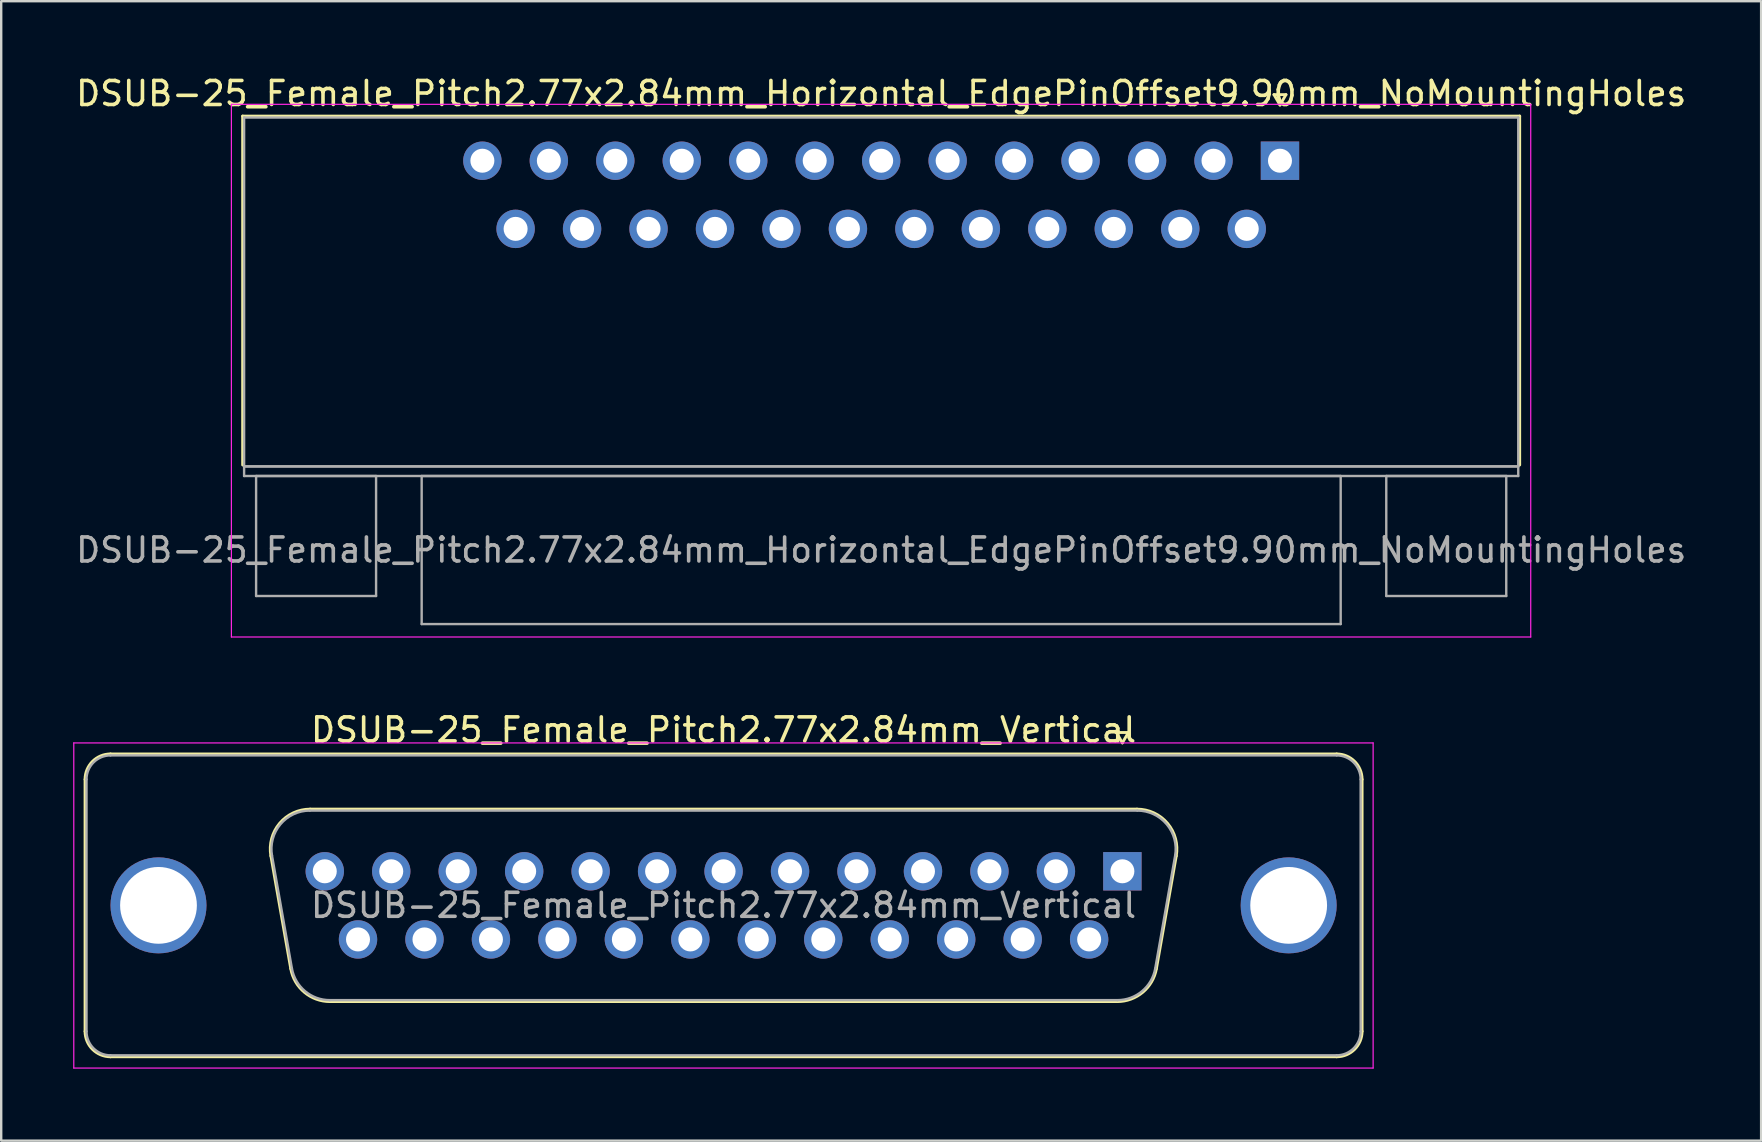
<source format=kicad_pcb>
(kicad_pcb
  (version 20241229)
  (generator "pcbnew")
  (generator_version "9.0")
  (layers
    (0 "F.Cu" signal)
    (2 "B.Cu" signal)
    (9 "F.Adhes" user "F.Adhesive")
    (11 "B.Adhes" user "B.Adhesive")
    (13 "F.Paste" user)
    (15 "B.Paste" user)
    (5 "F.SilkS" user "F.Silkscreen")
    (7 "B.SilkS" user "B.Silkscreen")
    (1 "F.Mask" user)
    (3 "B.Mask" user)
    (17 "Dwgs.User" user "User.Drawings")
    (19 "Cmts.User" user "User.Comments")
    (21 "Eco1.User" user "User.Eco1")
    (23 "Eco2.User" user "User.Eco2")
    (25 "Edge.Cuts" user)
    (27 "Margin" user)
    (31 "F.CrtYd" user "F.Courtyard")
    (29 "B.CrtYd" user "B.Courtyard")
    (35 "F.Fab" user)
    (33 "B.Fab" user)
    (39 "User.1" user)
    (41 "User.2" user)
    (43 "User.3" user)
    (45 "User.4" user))
  (footprint "DSUB-25_Female_Pitch2.77x2.84mm_Horizontal_EdgePinOffset9.90mm_NoMountingHoles"
    (layer "F.Cu")
    (at 50.293 3.648)
    (property "Reference" "DSUB-25_Female_Pitch2.77x2.84mm_Horizontal_EdgePinOffset9.90mm_NoMountingHoles" (at -16.62 -2.8 0) (layer "F.SilkS") (effects (font (size 1 1) (thickness 0.15))))
    (attr through_hole)
    (fp_line (start -43.23 -1.86) (end 9.99 -1.86) (stroke (width 0.12) (type solid)) (layer "F.SilkS"))
    (fp_line (start -43.23 12.68) (end -43.23 -1.86) (stroke (width 0.12) (type solid)) (layer "F.SilkS"))
    (fp_line (start -0.25 -2.754) (end 0.25 -2.754) (stroke (width 0.12) (type solid)) (layer "F.SilkS"))
    (fp_line (start 0 -2.321) (end -0.25 -2.754) (stroke (width 0.12) (type solid)) (layer "F.SilkS"))
    (fp_line (start 0.25 -2.754) (end 0 -2.321) (stroke (width 0.12) (type solid)) (layer "F.SilkS"))
    (fp_line (start 9.99 -1.86) (end 9.99 12.68) (stroke (width 0.12) (type solid)) (layer "F.SilkS"))
    (fp_line (start -43.7 -2.35) (end -43.7 19.85) (stroke (width 0.05) (type solid)) (layer "F.CrtYd"))
    (fp_line (start -43.7 19.85) (end 10.45 19.85) (stroke (width 0.05) (type solid)) (layer "F.CrtYd"))
    (fp_line (start 10.45 -2.35) (end -43.7 -2.35) (stroke (width 0.05) (type solid)) (layer "F.CrtYd"))
    (fp_line (start 10.45 19.85) (end 10.45 -2.35) (stroke (width 0.05) (type solid)) (layer "F.CrtYd"))
    (fp_line (start -43.17 -1.8) (end -43.17 12.74) (stroke (width 0.1) (type solid)) (layer "F.Fab"))
    (fp_line (start -43.17 12.74) (end -43.17 13.14) (stroke (width 0.1) (type solid)) (layer "F.Fab"))
    (fp_line (start -43.17 12.74) (end 9.93 12.74) (stroke (width 0.1) (type solid)) (layer "F.Fab"))
    (fp_line (start -43.17 13.14) (end 9.93 13.14) (stroke (width 0.1) (type solid)) (layer "F.Fab"))
    (fp_line (start -42.67 13.14) (end -42.67 18.14) (stroke (width 0.1) (type solid)) (layer "F.Fab"))
    (fp_line (start -42.67 18.14) (end -37.67 18.14) (stroke (width 0.1) (type solid)) (layer "F.Fab"))
    (fp_line (start -37.67 13.14) (end -42.67 13.14) (stroke (width 0.1) (type solid)) (layer "F.Fab"))
    (fp_line (start -37.67 18.14) (end -37.67 13.14) (stroke (width 0.1) (type solid)) (layer "F.Fab"))
    (fp_line (start -35.77 13.14) (end -35.77 19.31) (stroke (width 0.1) (type solid)) (layer "F.Fab"))
    (fp_line (start -35.77 19.31) (end 2.53 19.31) (stroke (width 0.1) (type solid)) (layer "F.Fab"))
    (fp_line (start 2.53 13.14) (end -35.77 13.14) (stroke (width 0.1) (type solid)) (layer "F.Fab"))
    (fp_line (start 2.53 19.31) (end 2.53 13.14) (stroke (width 0.1) (type solid)) (layer "F.Fab"))
    (fp_line (start 4.43 13.14) (end 4.43 18.14) (stroke (width 0.1) (type solid)) (layer "F.Fab"))
    (fp_line (start 4.43 18.14) (end 9.43 18.14) (stroke (width 0.1) (type solid)) (layer "F.Fab"))
    (fp_line (start 9.43 13.14) (end 4.43 13.14) (stroke (width 0.1) (type solid)) (layer "F.Fab"))
    (fp_line (start 9.43 18.14) (end 9.43 13.14) (stroke (width 0.1) (type solid)) (layer "F.Fab"))
    (fp_line (start 9.93 -1.8) (end -43.17 -1.8) (stroke (width 0.1) (type solid)) (layer "F.Fab"))
    (fp_line (start 9.93 12.74) (end -43.17 12.74) (stroke (width 0.1) (type solid)) (layer "F.Fab"))
    (fp_line (start 9.93 12.74) (end 9.93 -1.8) (stroke (width 0.1) (type solid)) (layer "F.Fab"))
    (fp_line (start 9.93 13.14) (end 9.93 12.74) (stroke (width 0.1) (type solid)) (layer "F.Fab"))
    (fp_text user "${REFERENCE}" (at -16.62 16.225 0) (layer "F.Fab") (effects (font (size 1 1) (thickness 0.15))))
    (pad "1" thru_hole rect (at 0 0) (size 1.6 1.6) (drill 1) (layers "*.Cu" "*.Mask"))
    (pad "2" thru_hole circle (at -2.77 0) (size 1.6 1.6) (drill 1) (layers "*.Cu" "*.Mask"))
    (pad "3" thru_hole circle (at -5.54 0) (size 1.6 1.6) (drill 1) (layers "*.Cu" "*.Mask"))
    (pad "4" thru_hole circle (at -8.31 0) (size 1.6 1.6) (drill 1) (layers "*.Cu" "*.Mask"))
    (pad "5" thru_hole circle (at -11.08 0) (size 1.6 1.6) (drill 1) (layers "*.Cu" "*.Mask"))
    (pad "6" thru_hole circle (at -13.85 0) (size 1.6 1.6) (drill 1) (layers "*.Cu" "*.Mask"))
    (pad "7" thru_hole circle (at -16.62 0) (size 1.6 1.6) (drill 1) (layers "*.Cu" "*.Mask"))
    (pad "8" thru_hole circle (at -19.39 0) (size 1.6 1.6) (drill 1) (layers "*.Cu" "*.Mask"))
    (pad "9" thru_hole circle (at -22.16 0) (size 1.6 1.6) (drill 1) (layers "*.Cu" "*.Mask"))
    (pad "10" thru_hole circle (at -24.93 0) (size 1.6 1.6) (drill 1) (layers "*.Cu" "*.Mask"))
    (pad "11" thru_hole circle (at -27.7 0) (size 1.6 1.6) (drill 1) (layers "*.Cu" "*.Mask"))
    (pad "12" thru_hole circle (at -30.47 0) (size 1.6 1.6) (drill 1) (layers "*.Cu" "*.Mask"))
    (pad "13" thru_hole circle (at -33.24 0) (size 1.6 1.6) (drill 1) (layers "*.Cu" "*.Mask"))
    (pad "14" thru_hole circle (at -1.385 2.84) (size 1.6 1.6) (drill 1) (layers "*.Cu" "*.Mask"))
    (pad "15" thru_hole circle (at -4.155 2.84) (size 1.6 1.6) (drill 1) (layers "*.Cu" "*.Mask"))
    (pad "16" thru_hole circle (at -6.925 2.84) (size 1.6 1.6) (drill 1) (layers "*.Cu" "*.Mask"))
    (pad "17" thru_hole circle (at -9.695 2.84) (size 1.6 1.6) (drill 1) (layers "*.Cu" "*.Mask"))
    (pad "18" thru_hole circle (at -12.465 2.84) (size 1.6 1.6) (drill 1) (layers "*.Cu" "*.Mask"))
    (pad "19" thru_hole circle (at -15.235 2.84) (size 1.6 1.6) (drill 1) (layers "*.Cu" "*.Mask"))
    (pad "20" thru_hole circle (at -18.005 2.84) (size 1.6 1.6) (drill 1) (layers "*.Cu" "*.Mask"))
    (pad "21" thru_hole circle (at -20.775 2.84) (size 1.6 1.6) (drill 1) (layers "*.Cu" "*.Mask"))
    (pad "22" thru_hole circle (at -23.545 2.84) (size 1.6 1.6) (drill 1) (layers "*.Cu" "*.Mask"))
    (pad "23" thru_hole circle (at -26.315 2.84) (size 1.6 1.6) (drill 1) (layers "*.Cu" "*.Mask"))
    (pad "24" thru_hole circle (at -29.085 2.84) (size 1.6 1.6) (drill 1) (layers "*.Cu" "*.Mask"))
    (pad "25" thru_hole circle (at -31.855 2.84) (size 1.6 1.6) (drill 1) (layers "*.Cu" "*.Mask")))
  (footprint "DSUB-25_Female_Pitch2.77x2.84mm_Vertical"
    (layer "F.Cu")
    (at 43.725 33.261)
    (property "Reference" "DSUB-25_Female_Pitch2.77x2.84mm_Vertical" (at -16.62 -5.89 0) (layer "F.SilkS") (effects (font (size 1 1) (thickness 0.15))))
    (attr through_hole)
    (fp_line (start -43.23 6.67) (end -43.23 -3.83) (stroke (width 0.12) (type solid)) (layer "F.SilkS"))
    (fp_line (start -42.17 -4.89) (end 8.93 -4.89) (stroke (width 0.12) (type solid)) (layer "F.SilkS"))
    (fp_line (start -35.486 -0.642) (end -34.658 4.058) (stroke (width 0.12) (type solid)) (layer "F.SilkS"))
    (fp_line (start -33.852 -2.59) (end 0.612 -2.59) (stroke (width 0.12) (type solid)) (layer "F.SilkS"))
    (fp_line (start -33.023 5.43) (end -0.217 5.43) (stroke (width 0.12) (type solid)) (layer "F.SilkS"))
    (fp_line (start -0.25 -5.784) (end 0.25 -5.784) (stroke (width 0.12) (type solid)) (layer "F.SilkS"))
    (fp_line (start 0 -5.351) (end -0.25 -5.784) (stroke (width 0.12) (type solid)) (layer "F.SilkS"))
    (fp_line (start 0.25 -5.784) (end 0 -5.351) (stroke (width 0.12) (type solid)) (layer "F.SilkS"))
    (fp_line (start 2.246 -0.642) (end 1.418 4.058) (stroke (width 0.12) (type solid)) (layer "F.SilkS"))
    (fp_line (start 8.93 7.73) (end -42.17 7.73) (stroke (width 0.12) (type solid)) (layer "F.SilkS"))
    (fp_line (start 9.99 -3.83) (end 9.99 6.67) (stroke (width 0.12) (type solid)) (layer "F.SilkS"))
    (fp_arc (start -43.23 -3.83) (mid -42.919533 -4.579533) (end -42.17 -4.89) (stroke (width 0.12) (type solid)) (layer "F.SilkS"))
    (fp_arc (start -42.17 7.73) (mid -42.919533 7.419533) (end -43.23 6.67) (stroke (width 0.12) (type solid)) (layer "F.SilkS"))
    (fp_arc (start -35.48647 -0.641744) (mid -35.123323 -1.997028) (end -33.851689 -2.59) (stroke (width 0.12) (type solid)) (layer "F.SilkS"))
    (fp_arc (start -33.022952 5.43) (mid -34.089979 5.041634) (end -34.657733 4.058256) (stroke (width 0.12) (type solid)) (layer "F.SilkS"))
    (fp_arc (start 0.611689 -2.59) (mid 1.883323 -1.997027) (end 2.24647 -0.641744) (stroke (width 0.12) (type solid)) (layer "F.SilkS"))
    (fp_arc (start 1.417733 4.058256) (mid 0.84998 5.041634) (end -0.217048 5.43) (stroke (width 0.12) (type solid)) (layer "F.SilkS"))
    (fp_arc (start 8.93 -4.89) (mid 9.679533 -4.579533) (end 9.99 -3.83) (stroke (width 0.12) (type solid)) (layer "F.SilkS"))
    (fp_arc (start 9.99 6.67) (mid 9.679533 7.419533) (end 8.93 7.73) (stroke (width 0.12) (type solid)) (layer "F.SilkS"))
    (fp_line (start -43.7 -5.35) (end -43.7 8.2) (stroke (width 0.05) (type solid)) (layer "F.CrtYd"))
    (fp_line (start -43.7 8.2) (end 10.45 8.2) (stroke (width 0.05) (type solid)) (layer "F.CrtYd"))
    (fp_line (start 10.45 -5.35) (end -43.7 -5.35) (stroke (width 0.05) (type solid)) (layer "F.CrtYd"))
    (fp_line (start 10.45 8.2) (end 10.45 -5.35) (stroke (width 0.05) (type solid)) (layer "F.CrtYd"))
    (fp_line (start -43.17 6.67) (end -43.17 -3.83) (stroke (width 0.1) (type solid)) (layer "F.Fab"))
    (fp_line (start -42.17 -4.83) (end 8.93 -4.83) (stroke (width 0.1) (type solid)) (layer "F.Fab"))
    (fp_line (start -35.439 -0.652) (end -34.61 4.048) (stroke (width 0.1) (type solid)) (layer "F.Fab"))
    (fp_line (start -33.863 -2.53) (end 0.623 -2.53) (stroke (width 0.1) (type solid)) (layer "F.Fab"))
    (fp_line (start -33.034 5.37) (end -0.206 5.37) (stroke (width 0.1) (type solid)) (layer "F.Fab"))
    (fp_line (start 2.199 -0.652) (end 1.37 4.048) (stroke (width 0.1) (type solid)) (layer "F.Fab"))
    (fp_line (start 8.93 7.67) (end -42.17 7.67) (stroke (width 0.1) (type solid)) (layer "F.Fab"))
    (fp_line (start 9.93 -3.83) (end 9.93 6.67) (stroke (width 0.1) (type solid)) (layer "F.Fab"))
    (fp_arc (start -43.17 -3.83) (mid -42.877107 -4.537107) (end -42.17 -4.83) (stroke (width 0.1) (type solid)) (layer "F.Fab"))
    (fp_arc (start -42.17 7.67) (mid -42.877107 7.377107) (end -43.17 6.67) (stroke (width 0.1) (type solid)) (layer "F.Fab"))
    (fp_arc (start -35.438886 -0.652163) (mid -35.088865 -1.95846) (end -33.863194 -2.53) (stroke (width 0.1) (type solid)) (layer "F.Fab"))
    (fp_arc (start -33.034457 5.37) (mid -34.062917 4.995671) (end -34.610149 4.047837) (stroke (width 0.1) (type solid)) (layer "F.Fab"))
    (fp_arc (start 0.623194 -2.53) (mid 1.848865 -1.95846) (end 2.198886 -0.652163) (stroke (width 0.1) (type solid)) (layer "F.Fab"))
    (fp_arc (start 1.370149 4.047837) (mid 0.822917 4.995671) (end -0.205543 5.37) (stroke (width 0.1) (type solid)) (layer "F.Fab"))
    (fp_arc (start 8.93 -4.83) (mid 9.637107 -4.537107) (end 9.93 -3.83) (stroke (width 0.1) (type solid)) (layer "F.Fab"))
    (fp_arc (start 9.93 6.67) (mid 9.637107 7.377107) (end 8.93 7.67) (stroke (width 0.1) (type solid)) (layer "F.Fab"))
    (fp_text user "${REFERENCE}" (at -16.62 1.42 0) (layer "F.Fab") (effects (font (size 1 1) (thickness 0.15))))
    (pad "0" thru_hole circle (at -40.17 1.42) (size 4 4) (drill 3.2) (layers "*.Cu" "*.Mask"))
    (pad "0" thru_hole circle (at 6.93 1.42) (size 4 4) (drill 3.2) (layers "*.Cu" "*.Mask"))
    (pad "1" thru_hole rect (at 0 0) (size 1.6 1.6) (drill 1) (layers "*.Cu" "*.Mask"))
    (pad "2" thru_hole circle (at -2.77 0) (size 1.6 1.6) (drill 1) (layers "*.Cu" "*.Mask"))
    (pad "3" thru_hole circle (at -5.54 0) (size 1.6 1.6) (drill 1) (layers "*.Cu" "*.Mask"))
    (pad "4" thru_hole circle (at -8.31 0) (size 1.6 1.6) (drill 1) (layers "*.Cu" "*.Mask"))
    (pad "5" thru_hole circle (at -11.08 0) (size 1.6 1.6) (drill 1) (layers "*.Cu" "*.Mask"))
    (pad "6" thru_hole circle (at -13.85 0) (size 1.6 1.6) (drill 1) (layers "*.Cu" "*.Mask"))
    (pad "7" thru_hole circle (at -16.62 0) (size 1.6 1.6) (drill 1) (layers "*.Cu" "*.Mask"))
    (pad "8" thru_hole circle (at -19.39 0) (size 1.6 1.6) (drill 1) (layers "*.Cu" "*.Mask"))
    (pad "9" thru_hole circle (at -22.16 0) (size 1.6 1.6) (drill 1) (layers "*.Cu" "*.Mask"))
    (pad "10" thru_hole circle (at -24.93 0) (size 1.6 1.6) (drill 1) (layers "*.Cu" "*.Mask"))
    (pad "11" thru_hole circle (at -27.7 0) (size 1.6 1.6) (drill 1) (layers "*.Cu" "*.Mask"))
    (pad "12" thru_hole circle (at -30.47 0) (size 1.6 1.6) (drill 1) (layers "*.Cu" "*.Mask"))
    (pad "13" thru_hole circle (at -33.24 0) (size 1.6 1.6) (drill 1) (layers "*.Cu" "*.Mask"))
    (pad "14" thru_hole circle (at -1.385 2.84) (size 1.6 1.6) (drill 1) (layers "*.Cu" "*.Mask"))
    (pad "15" thru_hole circle (at -4.155 2.84) (size 1.6 1.6) (drill 1) (layers "*.Cu" "*.Mask"))
    (pad "16" thru_hole circle (at -6.925 2.84) (size 1.6 1.6) (drill 1) (layers "*.Cu" "*.Mask"))
    (pad "17" thru_hole circle (at -9.695 2.84) (size 1.6 1.6) (drill 1) (layers "*.Cu" "*.Mask"))
    (pad "18" thru_hole circle (at -12.465 2.84) (size 1.6 1.6) (drill 1) (layers "*.Cu" "*.Mask"))
    (pad "19" thru_hole circle (at -15.235 2.84) (size 1.6 1.6) (drill 1) (layers "*.Cu" "*.Mask"))
    (pad "20" thru_hole circle (at -18.005 2.84) (size 1.6 1.6) (drill 1) (layers "*.Cu" "*.Mask"))
    (pad "21" thru_hole circle (at -20.775 2.84) (size 1.6 1.6) (drill 1) (layers "*.Cu" "*.Mask"))
    (pad "22" thru_hole circle (at -23.545 2.84) (size 1.6 1.6) (drill 1) (layers "*.Cu" "*.Mask"))
    (pad "23" thru_hole circle (at -26.315 2.84) (size 1.6 1.6) (drill 1) (layers "*.Cu" "*.Mask"))
    (pad "24" thru_hole circle (at -29.085 2.84) (size 1.6 1.6) (drill 1) (layers "*.Cu" "*.Mask"))
    (pad "25" thru_hole circle (at -31.855 2.84) (size 1.6 1.6) (drill 1) (layers "*.Cu" "*.Mask")))
  (gr_rect
    (start -3 -3)
    (end 70.345 44.486)
    (stroke (width 0.1) (type default))
    (fill no)
    (layer "Edge.Cuts")))
</source>
